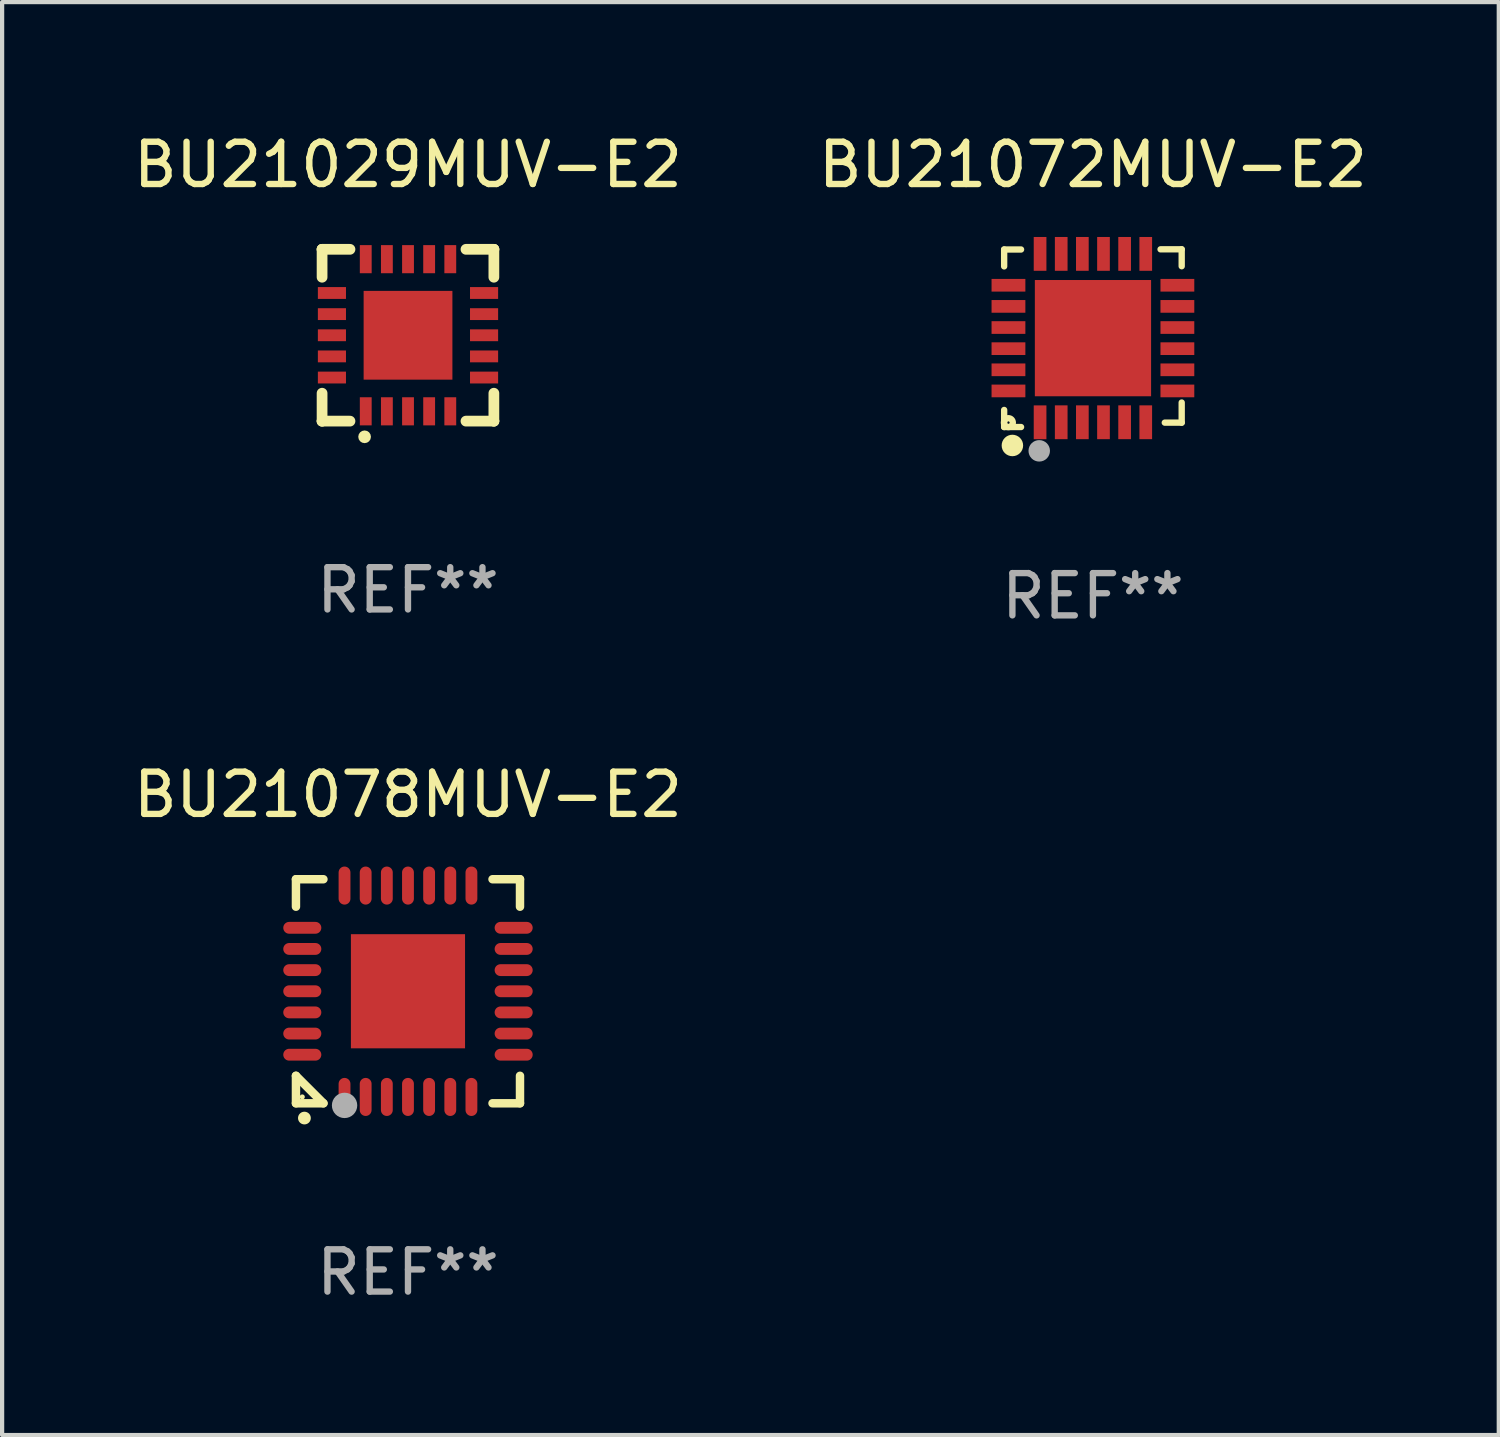
<source format=kicad_pcb>
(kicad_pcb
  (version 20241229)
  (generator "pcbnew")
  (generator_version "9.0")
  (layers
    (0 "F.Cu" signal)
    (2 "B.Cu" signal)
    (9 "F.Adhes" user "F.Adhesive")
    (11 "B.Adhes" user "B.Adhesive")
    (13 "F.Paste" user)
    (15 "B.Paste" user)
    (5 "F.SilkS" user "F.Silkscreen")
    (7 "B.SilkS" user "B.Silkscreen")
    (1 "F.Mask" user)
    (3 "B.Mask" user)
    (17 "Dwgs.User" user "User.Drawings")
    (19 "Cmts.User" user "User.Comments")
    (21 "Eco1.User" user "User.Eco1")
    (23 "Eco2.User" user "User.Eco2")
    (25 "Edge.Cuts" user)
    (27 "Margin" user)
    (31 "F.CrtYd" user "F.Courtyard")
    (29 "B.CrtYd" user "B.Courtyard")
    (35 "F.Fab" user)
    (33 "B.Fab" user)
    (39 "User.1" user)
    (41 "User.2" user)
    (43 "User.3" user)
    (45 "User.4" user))
  (footprint "BU21029MUV-E2"
    (layer "F.Cu")
    (at 6.601 4.88)
    (property "Reference" "BU21029MUV-E2" (at 0 -4.032 0) (layer "F.SilkS") (effects (font (size 1 1) (thickness 0.15))))
    (attr through_hole)
    (fp_line (start -2.032 -2.032) (end -2.032 -2.032) (stroke (width 0.254) (type solid)) (layer "F.SilkS"))
    (fp_line (start -2.032 -2.032) (end -1.372 -2.032) (stroke (width 0.254) (type solid)) (layer "F.SilkS"))
    (fp_line (start -2.032 -1.372) (end -2.032 -2.032) (stroke (width 0.254) (type solid)) (layer "F.SilkS"))
    (fp_line (start -2.032 2.032) (end -2.032 1.372) (stroke (width 0.254) (type solid)) (layer "F.SilkS"))
    (fp_line (start -2.032 2.032) (end -2.032 2.032) (stroke (width 0.254) (type solid)) (layer "F.SilkS"))
    (fp_line (start -1.372 2.032) (end -2.032 2.032) (stroke (width 0.254) (type solid)) (layer "F.SilkS"))
    (fp_line (start 1.372 -2.032) (end 2.032 -2.032) (stroke (width 0.254) (type solid)) (layer "F.SilkS"))
    (fp_line (start 2.032 -2.032) (end 2.032 -2.032) (stroke (width 0.254) (type solid)) (layer "F.SilkS"))
    (fp_line (start 2.032 -2.032) (end 2.032 -1.372) (stroke (width 0.254) (type solid)) (layer "F.SilkS"))
    (fp_line (start 2.032 1.372) (end 2.032 2.032) (stroke (width 0.254) (type solid)) (layer "F.SilkS"))
    (fp_line (start 2.032 2.032) (end 1.372 2.032) (stroke (width 0.254) (type solid)) (layer "F.SilkS"))
    (fp_line (start 2.032 2.032) (end 2.032 2.032) (stroke (width 0.254) (type solid)) (layer "F.SilkS"))
    (fp_circle (center -1.026 2.403) (end -0.951 2.403) (stroke (width 0.15) (type solid)) (fill no) (layer "F.SilkS"))
    (fp_text user "REF**" (at 0 6.032 0) (layer "F.Fab") (effects (font (size 1 1) (thickness 0.15))))
    (pad "1" smd rect (at -0.999 1.8 90) (size 0.665 0.28) (layers "F.Cu" "F.Mask" "F.Paste"))
    (pad "2" smd rect (at -0.499 1.8 90) (size 0.665 0.28) (layers "F.Cu" "F.Mask" "F.Paste"))
    (pad "3" smd rect (at 0.001 1.8 90) (size 0.665 0.28) (layers "F.Cu" "F.Mask" "F.Paste"))
    (pad "4" smd rect (at 0.501 1.8 90) (size 0.665 0.28) (layers "F.Cu" "F.Mask" "F.Paste"))
    (pad "5" smd rect (at 1.001 1.8 90) (size 0.665 0.28) (layers "F.Cu" "F.Mask" "F.Paste"))
    (pad "6" smd rect (at 1.8 1.001 90) (size 0.28 0.665) (layers "F.Cu" "F.Mask" "F.Paste"))
    (pad "7" smd rect (at 1.8 0.501 90) (size 0.28 0.665) (layers "F.Cu" "F.Mask" "F.Paste"))
    (pad "8" smd rect (at 1.8 0.001 90) (size 0.28 0.665) (layers "F.Cu" "F.Mask" "F.Paste"))
    (pad "9" smd rect (at 1.8 -0.499 90) (size 0.28 0.665) (layers "F.Cu" "F.Mask" "F.Paste"))
    (pad "10" smd rect (at 1.8 -0.999 90) (size 0.28 0.665) (layers "F.Cu" "F.Mask" "F.Paste"))
    (pad "11" smd rect (at 1.001 -1.799 90) (size 0.665 0.28) (layers "F.Cu" "F.Mask" "F.Paste"))
    (pad "12" smd rect (at 0.501 -1.799 90) (size 0.665 0.28) (layers "F.Cu" "F.Mask" "F.Paste"))
    (pad "13" smd rect (at 0.001 -1.799 90) (size 0.665 0.28) (layers "F.Cu" "F.Mask" "F.Paste"))
    (pad "14" smd rect (at -0.499 -1.799 90) (size 0.665 0.28) (layers "F.Cu" "F.Mask" "F.Paste"))
    (pad "15" smd rect (at -0.999 -1.799 90) (size 0.665 0.28) (layers "F.Cu" "F.Mask" "F.Paste"))
    (pad "16" smd rect (at -1.799 -0.999 90) (size 0.28 0.665) (layers "F.Cu" "F.Mask" "F.Paste"))
    (pad "17" smd rect (at -1.799 -0.499 90) (size 0.28 0.665) (layers "F.Cu" "F.Mask" "F.Paste"))
    (pad "18" smd rect (at -1.799 0.001 90) (size 0.28 0.665) (layers "F.Cu" "F.Mask" "F.Paste"))
    (pad "19" smd rect (at -1.799 0.501 90) (size 0.28 0.665) (layers "F.Cu" "F.Mask" "F.Paste"))
    (pad "20" smd rect (at -1.799 1.001 90) (size 0.28 0.665) (layers "F.Cu" "F.Mask" "F.Paste"))
    (pad "21" smd rect (at 0.001 0.001 90) (size 2.1 2.1) (layers "F.Cu" "F.Mask" "F.Paste")))
  (footprint "BU21078MUV-E2"
    (layer "F.Cu")
    (at 6.601 20.399)
    (property "Reference" "BU21078MUV-E2" (at 0 -4.65 0) (layer "F.SilkS") (effects (font (size 1 1) (thickness 0.15))))
    (attr through_hole)
    (fp_line (start -2.65 -2.65) (end -2.65 -2) (stroke (width 0.2) (type solid)) (layer "F.SilkS"))
    (fp_line (start -2.65 2) (end -2 2.65) (stroke (width 0.2) (type solid)) (layer "F.SilkS"))
    (fp_line (start -2.65 2.65) (end -2.65 2) (stroke (width 0.2) (type solid)) (layer "F.SilkS"))
    (fp_line (start -2 -2.65) (end -2.65 -2.65) (stroke (width 0.2) (type solid)) (layer "F.SilkS"))
    (fp_line (start -2 2.65) (end -2.65 2.65) (stroke (width 0.2) (type solid)) (layer "F.SilkS"))
    (fp_line (start 2 2.65) (end 2.65 2.65) (stroke (width 0.2) (type solid)) (layer "F.SilkS"))
    (fp_line (start 2.65 -2.65) (end 2 -2.65) (stroke (width 0.2) (type solid)) (layer "F.SilkS"))
    (fp_line (start 2.65 -2) (end 2.65 -2.65) (stroke (width 0.2) (type solid)) (layer "F.SilkS"))
    (fp_line (start 2.65 2.65) (end 2.65 2) (stroke (width 0.2) (type solid)) (layer "F.SilkS"))
    (fp_arc (start -2.451105 2.999746) (mid -2.449835 2.999741) (end -2.448565 2.999746) (stroke (width 0.3) (type solid)) (layer "F.SilkS"))
    (fp_circle (center -2.5 2.5) (end -2.47 2.5) (stroke (width 0.06) (type solid)) (fill no) (layer "F.SilkS"))
    (fp_circle (center -1.5 2.7) (end -1.35 2.7) (stroke (width 0.3) (type solid)) (fill no) (layer "F.Fab"))
    (fp_text user "REF**" (at 0 6.65 0) (layer "F.Fab") (effects (font (size 1 1) (thickness 0.15))))
    (pad "1" smd oval (at -1.501 2.5 180) (size 0.28 0.9) (layers "F.Cu" "F.Mask" "F.Paste"))
    (pad "2" smd oval (at -1.001 2.5 180) (size 0.28 0.9) (layers "F.Cu" "F.Mask" "F.Paste"))
    (pad "3" smd oval (at -0.5 2.5 180) (size 0.28 0.9) (layers "F.Cu" "F.Mask" "F.Paste"))
    (pad "4" smd oval (at 0 2.5 180) (size 0.28 0.9) (layers "F.Cu" "F.Mask" "F.Paste"))
    (pad "5" smd oval (at 0.5 2.5 180) (size 0.28 0.9) (layers "F.Cu" "F.Mask" "F.Paste"))
    (pad "6" smd oval (at 1.001 2.5 180) (size 0.28 0.9) (layers "F.Cu" "F.Mask" "F.Paste"))
    (pad "7" smd oval (at 1.501 2.5 180) (size 0.28 0.9) (layers "F.Cu" "F.Mask" "F.Paste"))
    (pad "8" smd oval (at 2.5 1.501 90) (size 0.28 0.9) (layers "F.Cu" "F.Mask" "F.Paste"))
    (pad "9" smd oval (at 2.5 1.001 90) (size 0.28 0.9) (layers "F.Cu" "F.Mask" "F.Paste"))
    (pad "10" smd oval (at 2.5 0.5 90) (size 0.28 0.9) (layers "F.Cu" "F.Mask" "F.Paste"))
    (pad "11" smd oval (at 2.5 0 90) (size 0.28 0.9) (layers "F.Cu" "F.Mask" "F.Paste"))
    (pad "12" smd oval (at 2.5 -0.5 90) (size 0.28 0.9) (layers "F.Cu" "F.Mask" "F.Paste"))
    (pad "13" smd oval (at 2.5 -1.001 90) (size 0.28 0.9) (layers "F.Cu" "F.Mask" "F.Paste"))
    (pad "14" smd oval (at 2.5 -1.501 90) (size 0.28 0.9) (layers "F.Cu" "F.Mask" "F.Paste"))
    (pad "15" smd oval (at 1.501 -2.5 180) (size 0.28 0.9) (layers "F.Cu" "F.Mask" "F.Paste"))
    (pad "16" smd oval (at 1.001 -2.5 180) (size 0.28 0.9) (layers "F.Cu" "F.Mask" "F.Paste"))
    (pad "17" smd oval (at 0.5 -2.5 180) (size 0.28 0.9) (layers "F.Cu" "F.Mask" "F.Paste"))
    (pad "18" smd oval (at 0 -2.5 180) (size 0.28 0.9) (layers "F.Cu" "F.Mask" "F.Paste"))
    (pad "19" smd oval (at -0.5 -2.5 180) (size 0.28 0.9) (layers "F.Cu" "F.Mask" "F.Paste"))
    (pad "20" smd oval (at -1.001 -2.5 180) (size 0.28 0.9) (layers "F.Cu" "F.Mask" "F.Paste"))
    (pad "21" smd oval (at -1.501 -2.5 180) (size 0.28 0.9) (layers "F.Cu" "F.Mask" "F.Paste"))
    (pad "22" smd oval (at -2.5 -1.501 90) (size 0.28 0.9) (layers "F.Cu" "F.Mask" "F.Paste"))
    (pad "23" smd oval (at -2.5 -1.001 90) (size 0.28 0.9) (layers "F.Cu" "F.Mask" "F.Paste"))
    (pad "24" smd oval (at -2.5 -0.5 90) (size 0.28 0.9) (layers "F.Cu" "F.Mask" "F.Paste"))
    (pad "25" smd oval (at -2.5 0 90) (size 0.28 0.9) (layers "F.Cu" "F.Mask" "F.Paste"))
    (pad "26" smd oval (at -2.5 0.5 90) (size 0.28 0.9) (layers "F.Cu" "F.Mask" "F.Paste"))
    (pad "27" smd oval (at -2.5 1.001 90) (size 0.28 0.9) (layers "F.Cu" "F.Mask" "F.Paste"))
    (pad "28" smd oval (at -2.5 1.501 90) (size 0.28 0.9) (layers "F.Cu" "F.Mask" "F.Paste"))
    (pad "29" smd rect (at 0 0 90) (size 2.7 2.7) (layers "F.Cu" "F.Mask" "F.Paste")))
  (footprint "BU21072MUV-E2"
    (layer "F.Cu")
    (at 22.804 4.95)
    (property "Reference" "BU21072MUV-E2" (at 0 -4.102 0) (layer "F.SilkS") (effects (font (size 1 1) (thickness 0.15))))
    (attr through_hole)
    (fp_line (start -2.1 -2.098) (end -1.7 -2.098) (stroke (width 0.15) (type solid)) (layer "F.SilkS"))
    (fp_line (start -2.1 -1.698) (end -2.1 -2.098) (stroke (width 0.15) (type solid)) (layer "F.SilkS"))
    (fp_line (start -2.1 2.102) (end -2.1 1.698) (stroke (width 0.15) (type solid)) (layer "F.SilkS"))
    (fp_line (start -1.7 2.102) (end -2.1 2.102) (stroke (width 0.15) (type solid)) (layer "F.SilkS"))
    (fp_line (start 1.6 -2.102) (end 2.1 -2.102) (stroke (width 0.15) (type solid)) (layer "F.SilkS"))
    (fp_line (start 1.7 1.998) (end 2.1 1.998) (stroke (width 0.15) (type solid)) (layer "F.SilkS"))
    (fp_line (start 2.1 -2.102) (end 2.1 -1.702) (stroke (width 0.15) (type solid)) (layer "F.SilkS"))
    (fp_line (start 2.1 1.998) (end 2.1 1.522) (stroke (width 0.15) (type solid)) (layer "F.SilkS"))
    (fp_circle (center -2 1.998) (end -1.97 1.998) (stroke (width 0.15) (type solid)) (fill no) (layer "F.SilkS"))
    (fp_circle (center -1.905 2.538) (end -1.778 2.538) (stroke (width 0.254) (type solid)) (fill no) (layer "F.SilkS"))
    (fp_circle (center -1.27 2.665) (end -1.143 2.665) (stroke (width 0.254) (type solid)) (fill no) (layer "F.Fab"))
    (fp_text user "REF**" (at 0 6.102 0) (layer "F.Fab") (effects (font (size 1 1) (thickness 0.15))))
    (pad "1" smd rect (at -1.25 1.99 180) (size 0.3 0.8) (layers "F.Cu" "F.Mask" "F.Paste"))
    (pad "2" smd rect (at -0.75 1.989 180) (size 0.3 0.8) (layers "F.Cu" "F.Mask" "F.Paste"))
    (pad "3" smd rect (at -0.25 1.989 180) (size 0.3 0.8) (layers "F.Cu" "F.Mask" "F.Paste"))
    (pad "4" smd rect (at 0.25 1.989 180) (size 0.3 0.8) (layers "F.Cu" "F.Mask" "F.Paste"))
    (pad "5" smd rect (at 0.75 1.989 180) (size 0.3 0.8) (layers "F.Cu" "F.Mask" "F.Paste"))
    (pad "6" smd rect (at 1.25 1.989 180) (size 0.3 0.8) (layers "F.Cu" "F.Mask" "F.Paste"))
    (pad "7" smd rect (at 1.998 1.248 270) (size 0.3 0.8) (layers "F.Cu" "F.Mask" "F.Paste"))
    (pad "8" smd rect (at 1.998 0.748 270) (size 0.3 0.8) (layers "F.Cu" "F.Mask" "F.Paste"))
    (pad "9" smd rect (at 1.998 0.248 270) (size 0.3 0.8) (layers "F.Cu" "F.Mask" "F.Paste"))
    (pad "10" smd rect (at 1.998 -0.252 270) (size 0.3 0.8) (layers "F.Cu" "F.Mask" "F.Paste"))
    (pad "11" smd rect (at 1.998 -0.752 270) (size 0.3 0.8) (layers "F.Cu" "F.Mask" "F.Paste"))
    (pad "12" smd rect (at 1.998 -1.252 270) (size 0.3 0.8) (layers "F.Cu" "F.Mask" "F.Paste"))
    (pad "13" smd rect (at 1.25 -1.994) (size 0.3 0.8) (layers "F.Cu" "F.Mask" "F.Paste"))
    (pad "14" smd rect (at 0.75 -1.994) (size 0.3 0.8) (layers "F.Cu" "F.Mask" "F.Paste"))
    (pad "15" smd rect (at 0.25 -1.994) (size 0.3 0.8) (layers "F.Cu" "F.Mask" "F.Paste"))
    (pad "16" smd rect (at -0.25 -1.994) (size 0.3 0.8) (layers "F.Cu" "F.Mask" "F.Paste"))
    (pad "17" smd rect (at -0.75 -1.994) (size 0.3 0.8) (layers "F.Cu" "F.Mask" "F.Paste"))
    (pad "18" smd rect (at -1.25 -1.994) (size 0.3 0.8) (layers "F.Cu" "F.Mask" "F.Paste"))
    (pad "19" smd rect (at -1.998 -1.252 90) (size 0.3 0.8) (layers "F.Cu" "F.Mask" "F.Paste"))
    (pad "20" smd rect (at -1.998 -0.752 90) (size 0.3 0.8) (layers "F.Cu" "F.Mask" "F.Paste"))
    (pad "21" smd rect (at -1.998 -0.252 90) (size 0.3 0.8) (layers "F.Cu" "F.Mask" "F.Paste"))
    (pad "22" smd rect (at -1.998 0.248 90) (size 0.3 0.8) (layers "F.Cu" "F.Mask" "F.Paste"))
    (pad "23" smd rect (at -1.998 0.748 90) (size 0.3 0.8) (layers "F.Cu" "F.Mask" "F.Paste"))
    (pad "24" smd rect (at -1.998 1.248 90) (size 0.3 0.8) (layers "F.Cu" "F.Mask" "F.Paste"))
    (pad "25" smd rect (at 0.001 -0.001 90) (size 2.75 2.75) (layers "F.Cu" "F.Mask" "F.Paste")))
  (gr_rect
    (start -3 -3)
    (end 32.405 30.897)
    (stroke (width 0.1) (type default))
    (fill no)
    (layer "Edge.Cuts")))
</source>
